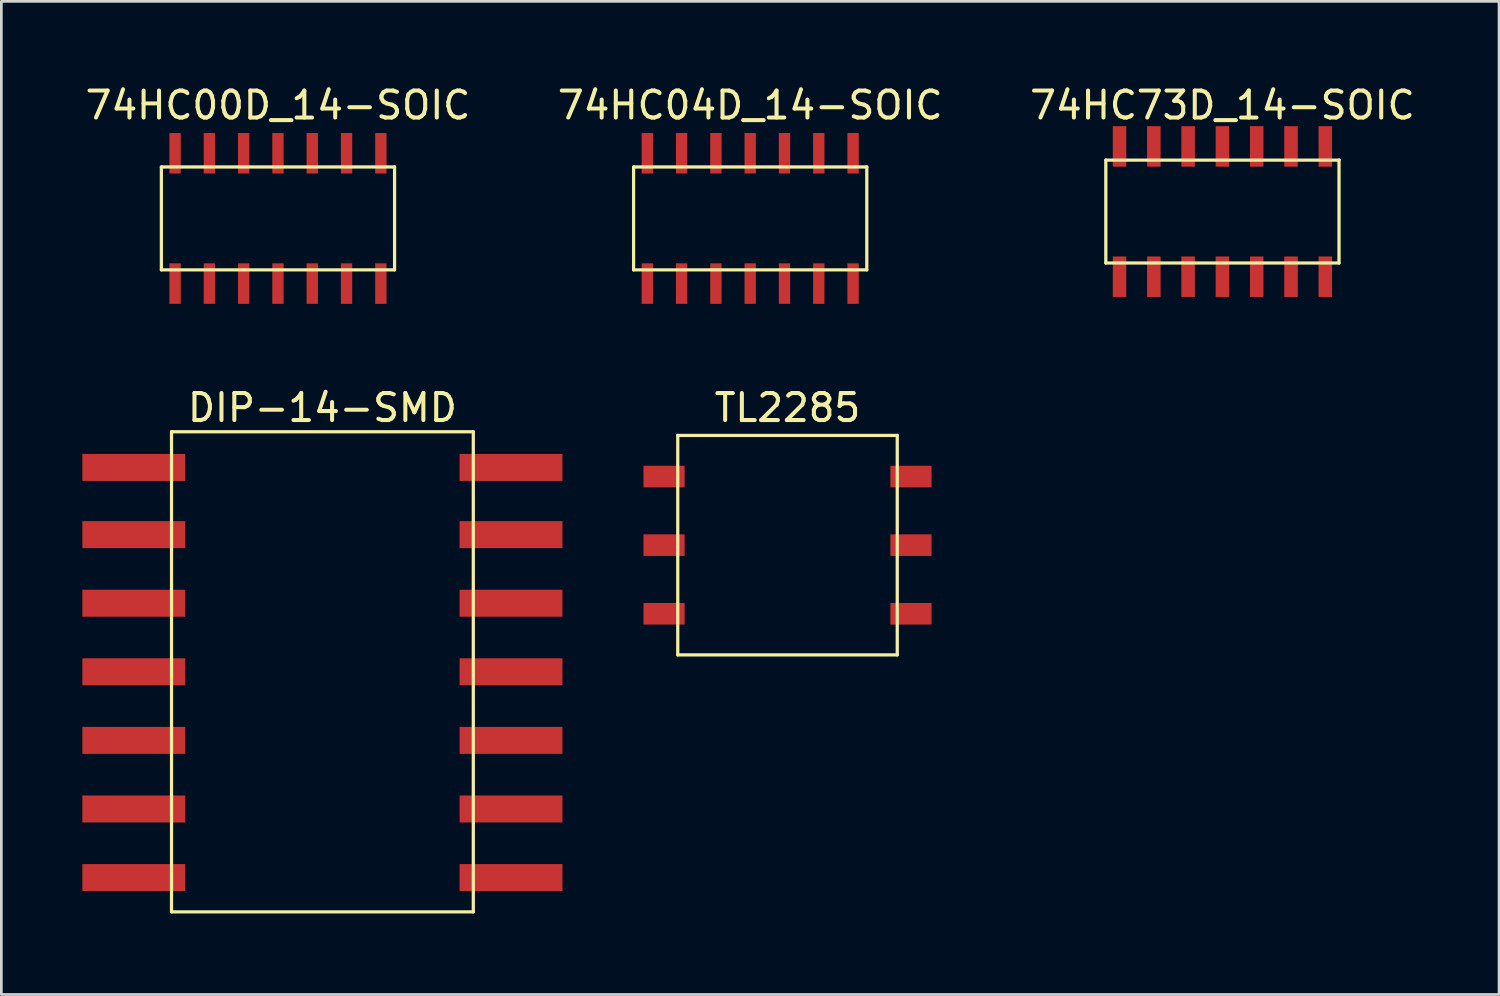
<source format=kicad_pcb>
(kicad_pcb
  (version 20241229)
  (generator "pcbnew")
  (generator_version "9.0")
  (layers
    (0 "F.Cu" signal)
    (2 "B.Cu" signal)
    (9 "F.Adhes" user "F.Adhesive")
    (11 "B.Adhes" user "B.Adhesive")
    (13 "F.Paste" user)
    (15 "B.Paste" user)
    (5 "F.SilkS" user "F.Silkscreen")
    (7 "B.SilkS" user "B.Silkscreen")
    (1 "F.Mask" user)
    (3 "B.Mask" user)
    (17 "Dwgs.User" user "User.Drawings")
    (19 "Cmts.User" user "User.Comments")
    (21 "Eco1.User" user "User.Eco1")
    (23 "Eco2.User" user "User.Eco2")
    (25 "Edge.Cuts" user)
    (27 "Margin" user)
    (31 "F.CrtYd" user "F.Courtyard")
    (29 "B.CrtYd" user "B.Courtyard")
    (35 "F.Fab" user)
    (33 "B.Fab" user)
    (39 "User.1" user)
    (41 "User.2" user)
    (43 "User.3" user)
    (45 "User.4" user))
  (footprint "74HC00D_14-SOIC"
    (layer "F.Cu")
    (at 7.244 4.912)
    (property "Reference" "74HC00D_14-SOIC" (at 0 -4.064 0) (layer "F.SilkS") (effects (font (size 1 1) (thickness 0.15))))
    (attr through_hole)
    (fp_line (start -4.318 -1.778) (end 4.318 -1.778) (stroke (width 0.12) (type solid)) (layer "F.SilkS"))
    (fp_line (start -4.318 2.032) (end -4.318 -1.778) (stroke (width 0.12) (type solid)) (layer "F.SilkS"))
    (fp_line (start 4.318 -1.778) (end 4.318 2.032) (stroke (width 0.12) (type solid)) (layer "F.SilkS"))
    (fp_line (start 4.318 2.032) (end -4.318 2.032) (stroke (width 0.12) (type solid)) (layer "F.SilkS"))
    (pad "1" smd rect (at -3.81 2.54) (size 0.42 1.5) (layers "F.Cu" "F.Mask" "F.Paste"))
    (pad "2" smd rect (at -2.54 2.54) (size 0.42 1.5) (layers "F.Cu" "F.Mask" "F.Paste"))
    (pad "3" smd rect (at -1.27 2.54) (size 0.42 1.5) (layers "F.Cu" "F.Mask" "F.Paste"))
    (pad "4" smd rect (at 0 2.54) (size 0.42 1.5) (layers "F.Cu" "F.Mask" "F.Paste"))
    (pad "5" smd rect (at 1.27 2.54) (size 0.42 1.5) (layers "F.Cu" "F.Mask" "F.Paste"))
    (pad "6" smd rect (at 2.54 2.54) (size 0.42 1.5) (layers "F.Cu" "F.Mask" "F.Paste"))
    (pad "7" smd rect (at 3.81 2.54) (size 0.42 1.5) (layers "F.Cu" "F.Mask" "F.Paste"))
    (pad "8" smd rect (at 3.81 -2.286) (size 0.42 1.5) (layers "F.Cu" "F.Mask" "F.Paste"))
    (pad "9" smd rect (at 2.54 -2.286) (size 0.42 1.5) (layers "F.Cu" "F.Mask" "F.Paste"))
    (pad "10" smd rect (at 1.27 -2.286) (size 0.42 1.5) (layers "F.Cu" "F.Mask" "F.Paste"))
    (pad "11" smd rect (at 0 -2.286) (size 0.42 1.5) (layers "F.Cu" "F.Mask" "F.Paste"))
    (pad "12" smd rect (at -1.27 -2.286) (size 0.42 1.5) (layers "F.Cu" "F.Mask" "F.Paste"))
    (pad "13" smd rect (at -2.54 -2.286) (size 0.42 1.5) (layers "F.Cu" "F.Mask" "F.Paste"))
    (pad "14" smd rect (at -3.81 -2.286) (size 0.42 1.5) (layers "F.Cu" "F.Mask" "F.Paste")))
  (footprint "74HC04D_14-SOIC"
    (layer "F.Cu")
    (at 24.732 4.912)
    (property "Reference" "74HC04D_14-SOIC" (at 0 -4.064 0) (layer "F.SilkS") (effects (font (size 1 1) (thickness 0.15))))
    (attr through_hole)
    (fp_line (start -4.318 -1.778) (end 4.318 -1.778) (stroke (width 0.12) (type solid)) (layer "F.SilkS"))
    (fp_line (start -4.318 2.032) (end -4.318 -1.778) (stroke (width 0.12) (type solid)) (layer "F.SilkS"))
    (fp_line (start 4.318 -1.778) (end 4.318 2.032) (stroke (width 0.12) (type solid)) (layer "F.SilkS"))
    (fp_line (start 4.318 2.032) (end -4.318 2.032) (stroke (width 0.12) (type solid)) (layer "F.SilkS"))
    (pad "1" smd rect (at -3.81 2.54) (size 0.42 1.5) (layers "F.Cu" "F.Mask" "F.Paste"))
    (pad "2" smd rect (at -2.54 2.54) (size 0.42 1.5) (layers "F.Cu" "F.Mask" "F.Paste"))
    (pad "3" smd rect (at -1.27 2.54) (size 0.42 1.5) (layers "F.Cu" "F.Mask" "F.Paste"))
    (pad "4" smd rect (at 0 2.54) (size 0.42 1.5) (layers "F.Cu" "F.Mask" "F.Paste"))
    (pad "5" smd rect (at 1.27 2.54) (size 0.42 1.5) (layers "F.Cu" "F.Mask" "F.Paste"))
    (pad "6" smd rect (at 2.54 2.54) (size 0.42 1.5) (layers "F.Cu" "F.Mask" "F.Paste"))
    (pad "7" smd rect (at 3.81 2.54) (size 0.42 1.5) (layers "F.Cu" "F.Mask" "F.Paste"))
    (pad "8" smd rect (at 3.81 -2.286) (size 0.42 1.5) (layers "F.Cu" "F.Mask" "F.Paste"))
    (pad "9" smd rect (at 2.54 -2.286) (size 0.42 1.5) (layers "F.Cu" "F.Mask" "F.Paste"))
    (pad "10" smd rect (at 1.27 -2.286) (size 0.42 1.5) (layers "F.Cu" "F.Mask" "F.Paste"))
    (pad "11" smd rect (at 0 -2.286) (size 0.42 1.5) (layers "F.Cu" "F.Mask" "F.Paste"))
    (pad "12" smd rect (at -1.27 -2.286) (size 0.42 1.5) (layers "F.Cu" "F.Mask" "F.Paste"))
    (pad "13" smd rect (at -2.54 -2.286) (size 0.42 1.5) (layers "F.Cu" "F.Mask" "F.Paste"))
    (pad "14" smd rect (at -3.81 -2.286) (size 0.42 1.5) (layers "F.Cu" "F.Mask" "F.Paste")))
  (footprint "74HC73D_14-SOIC"
    (layer "F.Cu")
    (at 42.22 4.658)
    (property "Reference" "74HC73D_14-SOIC" (at 0 -3.81 0) (layer "F.SilkS") (effects (font (size 1 1) (thickness 0.15))))
    (attr through_hole)
    (fp_line (start -4.318 -1.778) (end 4.318 -1.778) (stroke (width 0.12) (type solid)) (layer "F.SilkS"))
    (fp_line (start -4.318 2.032) (end -4.318 -1.778) (stroke (width 0.12) (type solid)) (layer "F.SilkS"))
    (fp_line (start 4.318 -1.778) (end 4.318 2.032) (stroke (width 0.12) (type solid)) (layer "F.SilkS"))
    (fp_line (start 4.318 2.032) (end -4.318 2.032) (stroke (width 0.12) (type solid)) (layer "F.SilkS"))
    (pad "1" smd rect (at -3.81 2.54) (size 0.5 1.5) (layers "F.Cu" "F.Mask" "F.Paste"))
    (pad "2" smd rect (at -2.54 2.54) (size 0.5 1.5) (layers "F.Cu" "F.Mask" "F.Paste"))
    (pad "3" smd rect (at -1.27 2.54) (size 0.5 1.5) (layers "F.Cu" "F.Mask" "F.Paste"))
    (pad "4" smd rect (at 0 2.54) (size 0.5 1.5) (layers "F.Cu" "F.Mask" "F.Paste"))
    (pad "5" smd rect (at 1.27 2.54) (size 0.5 1.5) (layers "F.Cu" "F.Mask" "F.Paste"))
    (pad "6" smd rect (at 2.54 2.54) (size 0.5 1.5) (layers "F.Cu" "F.Mask" "F.Paste"))
    (pad "7" smd rect (at 3.81 2.54) (size 0.5 1.5) (layers "F.Cu" "F.Mask" "F.Paste"))
    (pad "8" smd rect (at 3.81 -2.286) (size 0.5 1.5) (layers "F.Cu" "F.Mask" "F.Paste"))
    (pad "9" smd rect (at 2.54 -2.286) (size 0.5 1.5) (layers "F.Cu" "F.Mask" "F.Paste"))
    (pad "10" smd rect (at 1.27 -2.286) (size 0.5 1.5) (layers "F.Cu" "F.Mask" "F.Paste"))
    (pad "11" smd rect (at 0 -2.286) (size 0.5 1.5) (layers "F.Cu" "F.Mask" "F.Paste"))
    (pad "12" smd rect (at -1.27 -2.286) (size 0.5 1.5) (layers "F.Cu" "F.Mask" "F.Paste"))
    (pad "13" smd rect (at -2.54 -2.286) (size 0.5 1.5) (layers "F.Cu" "F.Mask" "F.Paste"))
    (pad "14" smd rect (at -3.81 -2.286) (size 0.5 1.5) (layers "F.Cu" "F.Mask" "F.Paste")))
  (footprint "TL2285"
    (layer "F.Cu")
    (at 26.114 17.139)
    (property "Reference" "TL2285" (at 0 -5.088 0) (layer "F.SilkS") (effects (font (size 1 1) (thickness 0.15))))
    (attr through_hole)
    (fp_line (start -4.064 -4.064) (end 4.064 -4.064) (stroke (width 0.12) (type solid)) (layer "F.SilkS"))
    (fp_line (start -4.064 4.064) (end -4.064 -4.064) (stroke (width 0.12) (type solid)) (layer "F.SilkS"))
    (fp_line (start 4.064 -4.064) (end 4.064 4.064) (stroke (width 0.12) (type solid)) (layer "F.SilkS"))
    (fp_line (start 4.064 4.064) (end -4.064 4.064) (stroke (width 0.12) (type solid)) (layer "F.SilkS"))
    (pad "1" smd rect (at -4.572 -2.54 90) (size 0.8 1.524) (layers "F.Cu" "F.Mask" "F.Paste"))
    (pad "2" smd rect (at -4.572 0 90) (size 0.8 1.524) (layers "F.Cu" "F.Mask" "F.Paste"))
    (pad "3" smd rect (at -4.572 2.54 90) (size 0.8 1.524) (layers "F.Cu" "F.Mask" "F.Paste"))
    (pad "4" smd rect (at 4.572 -2.54 90) (size 0.8 1.524) (layers "F.Cu" "F.Mask" "F.Paste"))
    (pad "5" smd rect (at 4.572 0 90) (size 0.8 1.524) (layers "F.Cu" "F.Mask" "F.Paste"))
    (pad "6" smd rect (at 4.572 2.54 90) (size 0.8 1.524) (layers "F.Cu" "F.Mask" "F.Paste")))
  (footprint "DIP-14-SMD"
    (layer "F.Cu")
    (at 8.89 21.829)
    (property "Reference" "DIP-14-SMD" (at 0 -9.779 0) (layer "F.SilkS") (effects (font (size 1 1) (thickness 0.15))))
    (attr through_hole)
    (fp_line (start -5.588 -8.89) (end -5.588 8.89) (stroke (width 0.12) (type solid)) (layer "F.SilkS"))
    (fp_line (start -5.588 8.89) (end 5.588 8.89) (stroke (width 0.12) (type solid)) (layer "F.SilkS"))
    (fp_line (start 5.588 -8.89) (end -5.588 -8.89) (stroke (width 0.12) (type solid)) (layer "F.SilkS"))
    (fp_line (start 5.588 8.89) (end 5.588 -8.89) (stroke (width 0.12) (type solid)) (layer "F.SilkS"))
    (pad "1" smd rect (at -6.985 -7.569) (size 3.81 1) (layers "F.Cu" "F.Mask" "F.Paste"))
    (pad "2" smd rect (at -6.985 -5.08) (size 3.81 1) (layers "F.Cu" "F.Mask" "F.Paste"))
    (pad "3" smd rect (at -6.985 -2.54) (size 3.81 1) (layers "F.Cu" "F.Mask" "F.Paste"))
    (pad "4" smd rect (at -6.985 0) (size 3.81 1) (layers "F.Cu" "F.Mask" "F.Paste"))
    (pad "5" smd rect (at -6.985 2.54) (size 3.81 1) (layers "F.Cu" "F.Mask" "F.Paste"))
    (pad "6" smd rect (at -6.985 5.08) (size 3.81 1) (layers "F.Cu" "F.Mask" "F.Paste"))
    (pad "7" smd rect (at -6.985 7.62) (size 3.81 1) (layers "F.Cu" "F.Mask" "F.Paste"))
    (pad "8" smd rect (at 6.985 7.62) (size 3.81 1) (layers "F.Cu" "F.Mask" "F.Paste"))
    (pad "9" smd rect (at 6.985 5.08) (size 3.81 1) (layers "F.Cu" "F.Mask" "F.Paste"))
    (pad "10" smd rect (at 6.985 2.54) (size 3.81 1) (layers "F.Cu" "F.Mask" "F.Paste"))
    (pad "11" smd rect (at 6.985 0) (size 3.81 1) (layers "F.Cu" "F.Mask" "F.Paste"))
    (pad "12" smd rect (at 6.985 -2.54) (size 3.81 1) (layers "F.Cu" "F.Mask" "F.Paste"))
    (pad "13" smd rect (at 6.985 -5.08) (size 3.81 1) (layers "F.Cu" "F.Mask" "F.Paste"))
    (pad "14" smd rect (at 6.985 -7.569) (size 3.81 1) (layers "F.Cu" "F.Mask" "F.Paste")))
  (gr_rect
    (start -3 -3)
    (end 52.464 33.779)
    (stroke (width 0.1) (type default))
    (fill no)
    (layer "Edge.Cuts")))
</source>
